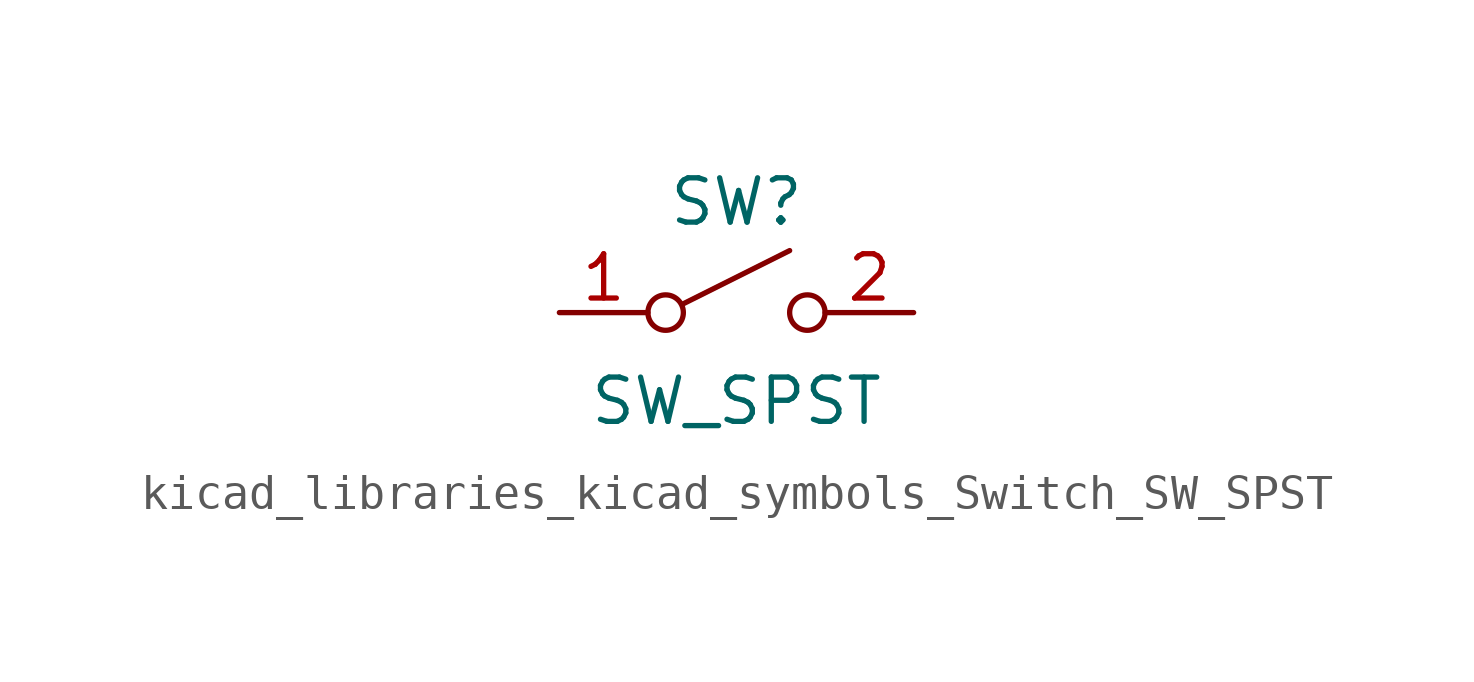
<source format=kicad_sym>
(kicad_symbol_lib
  (version 20220914)
  (generator kicad_symbol_editor)
  (symbol "kicad_libraries_kicad_symbols_Switch_SW_SPST"
    (pin_names
      (offset 0) hide)
    (property "Reference" "SW"
      (at 0 3.175 0)
      (effects (font (size 1.27 1.27))))
    (property "Value" "SW_SPST"
      (at 0 -2.54 0)
      (effects (font (size 1.27 1.27))))
    (symbol "kicad_libraries_kicad_symbols_Switch_SW_SPST_0_0"
      (circle (center -2.032 0) (radius 0.508) (stroke (width 0) (type default)) (fill (type none)))
      (polyline (pts (xy -1.524 0.254) (xy 1.524 1.778)) (stroke (width 0) (type default)) (fill (type none)))
      (circle (center 2.032 0) (radius 0.508) (stroke (width 0) (type default)) (fill (type none))))
    (symbol "kicad_libraries_kicad_symbols_Switch_SW_SPST_1_1"
      (pin passive line (at -5.08 0 0) (length 2.54) (name "A" (effects (font (size 1.27 1.27)))) (number "1" (effects (font (size 1.27 1.27)))))
      (pin passive line (at 5.08 0 180) (length 2.54) (name "B" (effects (font (size 1.27 1.27)))) (number "2" (effects (font (size 1.27 1.27))))))))
</source>
